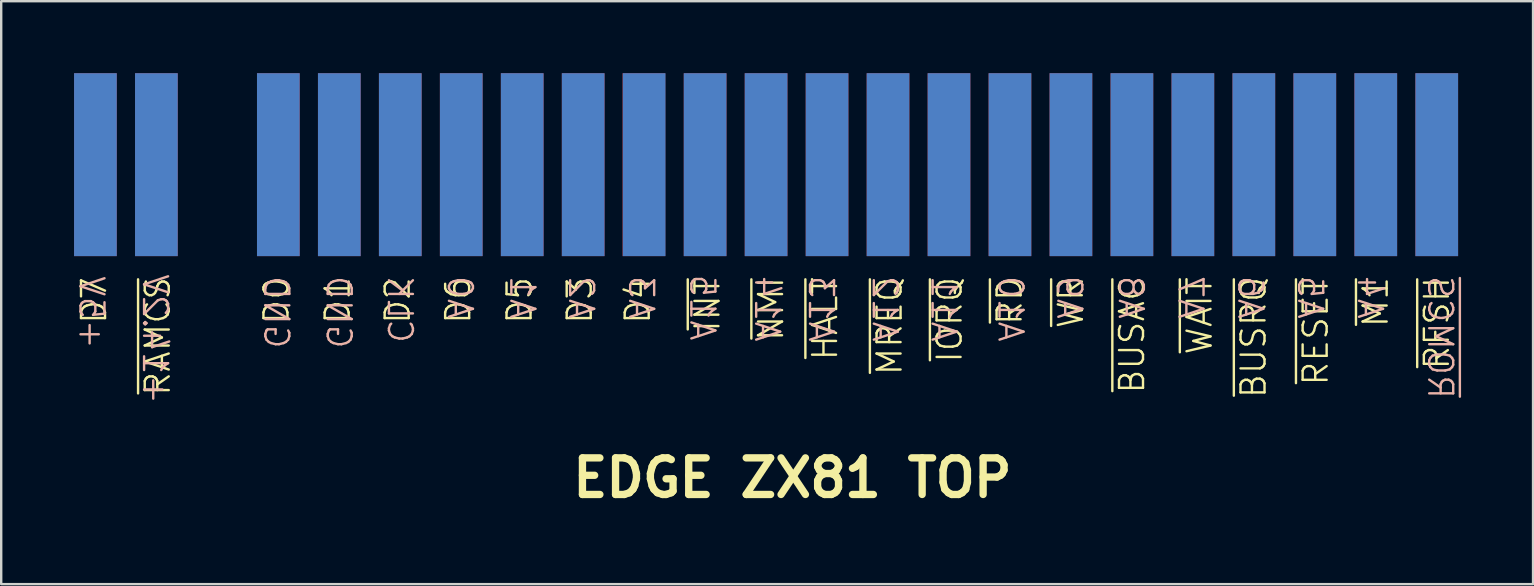
<source format=kicad_pcb>
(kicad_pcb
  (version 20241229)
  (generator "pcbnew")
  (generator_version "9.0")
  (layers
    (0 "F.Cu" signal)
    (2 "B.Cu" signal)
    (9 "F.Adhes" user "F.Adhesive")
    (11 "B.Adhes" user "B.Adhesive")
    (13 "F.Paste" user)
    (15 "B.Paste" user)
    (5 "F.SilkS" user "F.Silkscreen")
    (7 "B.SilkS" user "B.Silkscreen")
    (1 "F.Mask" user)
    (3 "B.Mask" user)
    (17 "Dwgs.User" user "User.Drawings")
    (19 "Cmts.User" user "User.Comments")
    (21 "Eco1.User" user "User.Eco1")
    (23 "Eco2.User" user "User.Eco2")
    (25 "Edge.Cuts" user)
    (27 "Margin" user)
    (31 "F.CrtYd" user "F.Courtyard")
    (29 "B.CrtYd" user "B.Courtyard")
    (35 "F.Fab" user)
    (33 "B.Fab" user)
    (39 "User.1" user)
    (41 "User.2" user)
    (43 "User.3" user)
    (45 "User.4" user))
  (footprint "EDGE ZX81 TOP"
    (layer "F.Cu")
    (at 30.16 3.81)
    (property "Reference" "EDGE ZX81 TOP" (at -0.2 13.05 0) (layer "F.SilkS") (effects (font (size 1.524 1.524) (thickness 0.305))))
    (attr through_hole)
    (fp_text user "D1" (at -19.143 6.695 90) (unlocked yes) (layer "F.SilkS") (effects (font (size 1 1) (thickness 0.1)) (justify left)))
    (fp_text user "~{INT}" (at -3.738 7.029 90) (unlocked yes) (layer "F.SilkS") (effects (font (size 1 1) (thickness 0.1)) (justify left)))
    (fp_text user "~{BUSAC}" (at 13.95 9.6 90) (unlocked yes) (layer "F.SilkS") (effects (font (size 1 1) (thickness 0.1)) (justify left)))
    (fp_text user "~{WAIT}" (at 16.762 7.981 90) (unlocked yes) (layer "F.SilkS") (effects (font (size 1 1) (thickness 0.1)) (justify left)))
    (fp_text user "~{RD}" (at 8.85 6.743 90) (unlocked yes) (layer "F.SilkS") (effects (font (size 1 1) (thickness 0.1)) (justify left)))
    (fp_text user "~{RAMCS}" (at -26.638 9.695 90) (unlocked yes) (layer "F.SilkS") (effects (font (size 1 1) (thickness 0.1)) (justify left)))
    (fp_text user "~{MREQ}" (at 3.85 8.838 90) (unlocked yes) (layer "F.SilkS") (effects (font (size 1 1) (thickness 0.1)) (justify left)))
    (fp_text user "~{RFSH}" (at 26.65 8.6 90) (unlocked yes) (layer "F.SilkS") (effects (font (size 1 1) (thickness 0.1)) (justify left)))
    (fp_text user "~{WR}" (at 11.4 6.886 90) (unlocked yes) (layer "F.SilkS") (effects (font (size 1 1) (thickness 0.1)) (justify left)))
    (fp_text user "~{NMI}" (at -1.088 7.41 90) (unlocked yes) (layer "F.SilkS") (effects (font (size 1 1) (thickness 0.1)) (justify left)))
    (fp_text user "D6" (at -14.123 6.695 90) (unlocked yes) (layer "F.SilkS") (effects (font (size 1 1) (thickness 0.1)) (justify left)))
    (fp_text user "D4" (at -6.643 6.695 90) (unlocked yes) (layer "F.SilkS") (effects (font (size 1 1) (thickness 0.1)) (justify left)))
    (fp_text user "~{M1}" (at 24.1 6.838 90) (unlocked yes) (layer "F.SilkS") (effects (font (size 1 1) (thickness 0.1)) (justify left)))
    (fp_text user "D0" (at -21.693 6.695 90) (unlocked yes) (layer "F.SilkS") (effects (font (size 1 1) (thickness 0.1)) (justify left)))
    (fp_text user "D7" (at -29.293 6.695 90) (unlocked yes) (layer "F.SilkS") (effects (font (size 1 1) (thickness 0.1)) (justify left)))
    (fp_text user "~{HALT}" (at 1.162 8.219 90) (unlocked yes) (layer "F.SilkS") (effects (font (size 1 1) (thickness 0.1)) (justify left)))
    (fp_text user "D2" (at -16.643 6.695 90) (unlocked yes) (layer "F.SilkS") (effects (font (size 1 1) (thickness 0.1)) (justify left)))
    (fp_text user "D3" (at -9.059 6.695 90) (unlocked yes) (layer "F.SilkS") (effects (font (size 1 1) (thickness 0.1)) (justify left)))
    (fp_text user "~{BUSRQ}" (at 19.012 9.79 90) (unlocked yes) (layer "F.SilkS") (effects (font (size 1 1) (thickness 0.1)) (justify left)))
    (fp_text user "~{RESET}" (at 21.6 9.267 90) (unlocked yes) (layer "F.SilkS") (effects (font (size 1 1) (thickness 0.1)) (justify left)))
    (fp_text user "D5" (at -11.566 6.695 90) (unlocked yes) (layer "F.SilkS") (effects (font (size 1 1) (thickness 0.1)) (justify left)))
    (fp_text user "~{IORQ}" (at 6.35 8.314 90) (unlocked yes) (layer "F.SilkS") (effects (font (size 1 1) (thickness 0.1)) (justify left)))
    (fp_text user "A0" (at -14.05 6.498 270) (unlocked yes) (layer "B.SilkS") (effects (font (size 1 1) (thickness 0.1)) (justify left mirror)))
    (fp_text user "A15" (at -3.95 7.4 270) (unlocked yes) (layer "B.SilkS") (effects (font (size 1 1) (thickness 0.1)) (justify left mirror)))
    (fp_text user "A14" (at -1.25 7.45 270) (unlocked yes) (layer "B.SilkS") (effects (font (size 1 1) (thickness 0.1)) (justify left mirror)))
    (fp_text user "GND" (at -21.7 7.736 270) (unlocked yes) (layer "B.SilkS") (effects (font (size 1 1) (thickness 0.1)) (justify left mirror)))
    (fp_text user "A13" (at 0.993 7.45 270) (unlocked yes) (layer "B.SilkS") (effects (font (size 1 1) (thickness 0.1)) (justify left mirror)))
    (fp_text user "A4" (at 23.865 6.498 270) (unlocked yes) (layer "B.SilkS") (effects (font (size 1 1) (thickness 0.1)) (justify left mirror)))
    (fp_text user "A2" (at -9 6.498 270) (unlocked yes) (layer "B.SilkS") (effects (font (size 1 1) (thickness 0.1)) (justify left mirror)))
    (fp_text user "+14.2V" (at -26.75 10.05 270) (unlocked yes) (layer "B.SilkS") (effects (font (size 1 1) (thickness 0.1)) (justify left mirror)))
    (fp_text user "A5" (at 21.372 6.498 270) (unlocked yes) (layer "B.SilkS") (effects (font (size 1 1) (thickness 0.1)) (justify left mirror)))
    (fp_text user "A6" (at 18.879 6.498 270) (unlocked yes) (layer "B.SilkS") (effects (font (size 1 1) (thickness 0.1)) (justify left mirror)))
    (fp_text user "A8" (at 13.9 6.498 270) (unlocked yes) (layer "B.SilkS") (effects (font (size 1 1) (thickness 0.1)) (justify left mirror)))
    (fp_text user "A7" (at 16.386 6.498 270) (unlocked yes) (layer "B.SilkS") (effects (font (size 1 1) (thickness 0.1)) (justify left mirror)))
    (fp_text user "GND" (at -19.1 7.736 270) (unlocked yes) (layer "B.SilkS") (effects (font (size 1 1) (thickness 0.1)) (justify left mirror)))
    (fp_text user "CLK" (at -16.55 7.5 270) (unlocked yes) (layer "B.SilkS") (effects (font (size 1 1) (thickness 0.1)) (justify left mirror)))
    (fp_text user "~{ROMCS}" (at 26.788 9.831 270) (unlocked yes) (layer "B.SilkS") (effects (font (size 1 1) (thickness 0.1)) (justify left mirror)))
    (fp_text user "A1" (at -11.45 6.5 270) (unlocked yes) (layer "B.SilkS") (effects (font (size 1 1) (thickness 0.1)) (justify left mirror)))
    (fp_text user "A10" (at 8.888 7.45 270) (unlocked yes) (layer "B.SilkS") (effects (font (size 1 1) (thickness 0.1)) (justify left mirror)))
    (fp_text user "A12" (at 3.65 7.45 270) (unlocked yes) (layer "B.SilkS") (effects (font (size 1 1) (thickness 0.1)) (justify left mirror)))
    (fp_text user "A3" (at -6.5 6.5 270) (unlocked yes) (layer "B.SilkS") (effects (font (size 1 1) (thickness 0.1)) (justify left mirror)))
    (fp_text user "A11" (at 6.1 7.45 270) (unlocked yes) (layer "B.SilkS") (effects (font (size 1 1) (thickness 0.1)) (justify left mirror)))
    (fp_text user "A9" (at 11.338 6.498 270) (unlocked yes) (layer "B.SilkS") (effects (font (size 1 1) (thickness 0.1)) (justify left mirror)))
    (fp_text user "+5V" (at -29.4 7.75 270) (unlocked yes) (layer "B.SilkS") (effects (font (size 1 1) (thickness 0.1)) (justify left mirror)))
    (pad "A3" connect rect (at -29.235 0 180) (size 1.778 7.62) (layers "B.Cu" "B.Mask"))
    (pad "A4" connect rect (at -26.695 0 180) (size 1.778 7.62) (layers "B.Cu" "B.Mask"))
    (pad "A6" connect rect (at -21.615 0 180) (size 1.778 7.62) (layers "B.Cu" "B.Mask"))
    (pad "A7" connect rect (at -19.075 0 180) (size 1.778 7.62) (layers "B.Cu" "B.Mask"))
    (pad "A8" connect rect (at -16.535 0 180) (size 1.778 7.62) (layers "B.Cu" "B.Mask"))
    (pad "A9" connect rect (at -13.995 0 180) (size 1.778 7.62) (layers "B.Cu" "B.Mask"))
    (pad "A10" connect rect (at -11.455 0 180) (size 1.778 7.62) (layers "B.Cu" "B.Mask"))
    (pad "A11" connect rect (at -8.915 0 180) (size 1.778 7.62) (layers "B.Cu" "B.Mask"))
    (pad "A12" connect rect (at -6.375 0 180) (size 1.778 7.62) (layers "B.Cu" "B.Mask"))
    (pad "A13" connect rect (at -3.835 0 180) (size 1.778 7.62) (layers "B.Cu" "B.Mask"))
    (pad "A14" connect rect (at -1.295 0 180) (size 1.778 7.62) (layers "B.Cu" "B.Mask"))
    (pad "A15" connect rect (at 1.245 0 180) (size 1.778 7.62) (layers "B.Cu" "B.Mask"))
    (pad "A16" connect rect (at 3.785 0 180) (size 1.778 7.62) (layers "B.Cu" "B.Mask"))
    (pad "A17" connect rect (at 6.325 0 180) (size 1.778 7.62) (layers "B.Cu" "B.Mask"))
    (pad "A18" connect rect (at 8.865 0 180) (size 1.778 7.62) (layers "B.Cu" "B.Mask"))
    (pad "A19" connect rect (at 11.405 0 180) (size 1.778 7.62) (layers "B.Cu" "B.Mask"))
    (pad "A20" connect rect (at 13.945 0 180) (size 1.778 7.62) (layers "B.Cu" "B.Mask"))
    (pad "A21" connect rect (at 16.485 0 180) (size 1.778 7.62) (layers "B.Cu" "B.Mask"))
    (pad "A22" connect rect (at 19.025 0 180) (size 1.778 7.62) (layers "B.Cu" "B.Mask"))
    (pad "A23" connect rect (at 21.565 0 180) (size 1.778 7.62) (layers "B.Cu" "B.Mask"))
    (pad "A24" connect rect (at 24.105 0 180) (size 1.778 7.62) (layers "B.Cu" "B.Mask"))
    (pad "A25" connect rect (at 26.645 0 180) (size 1.778 7.62) (layers "B.Cu" "B.Mask"))
    (pad "B3" connect rect (at -29.235 0 180) (size 1.778 7.62) (layers "F.Cu" "F.Mask"))
    (pad "B4" connect rect (at -26.695 0 180) (size 1.778 7.62) (layers "F.Cu" "F.Mask"))
    (pad "B6" connect rect (at -21.615 0 180) (size 1.778 7.62) (layers "F.Cu" "F.Mask"))
    (pad "B7" connect rect (at -19.075 0 180) (size 1.778 7.62) (layers "F.Cu" "F.Mask"))
    (pad "B8" connect rect (at -16.535 0 180) (size 1.778 7.62) (layers "F.Cu" "F.Mask"))
    (pad "B9" connect rect (at -13.995 0 180) (size 1.778 7.62) (layers "F.Cu" "F.Mask"))
    (pad "B10" connect rect (at -11.455 0 180) (size 1.778 7.62) (layers "F.Cu" "F.Mask"))
    (pad "B11" connect rect (at -8.915 0 180) (size 1.778 7.62) (layers "F.Cu" "F.Mask"))
    (pad "B12" connect rect (at -6.385 0 180) (size 1.778 7.62) (layers "F.Cu" "F.Mask"))
    (pad "B13" connect rect (at -3.835 0 180) (size 1.778 7.62) (layers "F.Cu" "F.Mask"))
    (pad "B14" connect rect (at -1.295 0 180) (size 1.778 7.62) (layers "F.Cu" "F.Mask"))
    (pad "B15" connect rect (at 1.245 0 180) (size 1.778 7.62) (layers "F.Cu" "F.Mask"))
    (pad "B16" connect rect (at 3.785 0 180) (size 1.778 7.62) (layers "F.Cu" "F.Mask"))
    (pad "B17" connect rect (at 6.325 0 180) (size 1.778 7.62) (layers "F.Cu" "F.Mask"))
    (pad "B18" connect rect (at 8.865 0 180) (size 1.778 7.62) (layers "F.Cu" "F.Mask"))
    (pad "B19" connect rect (at 11.405 0 180) (size 1.778 7.62) (layers "F.Cu" "F.Mask"))
    (pad "B20" connect rect (at 13.945 0 180) (size 1.778 7.62) (layers "F.Cu" "F.Mask"))
    (pad "B21" connect rect (at 16.485 0 180) (size 1.778 7.62) (layers "F.Cu" "F.Mask"))
    (pad "B22" connect rect (at 19.025 0 180) (size 1.778 7.62) (layers "F.Cu" "F.Mask"))
    (pad "B23" connect rect (at 21.565 0 180) (size 1.778 7.62) (layers "F.Cu" "F.Mask"))
    (pad "B24" connect rect (at 24.105 0 180) (size 1.778 7.62) (layers "F.Cu" "F.Mask"))
    (pad "B25" connect rect (at 26.645 0 180) (size 1.778 7.62) (layers "F.Cu" "F.Mask")))
  (gr_rect
    (start -3 -3)
    (end 60.817 21.286)
    (stroke (width 0.1) (type default))
    (fill no)
    (layer "Edge.Cuts")))
</source>
